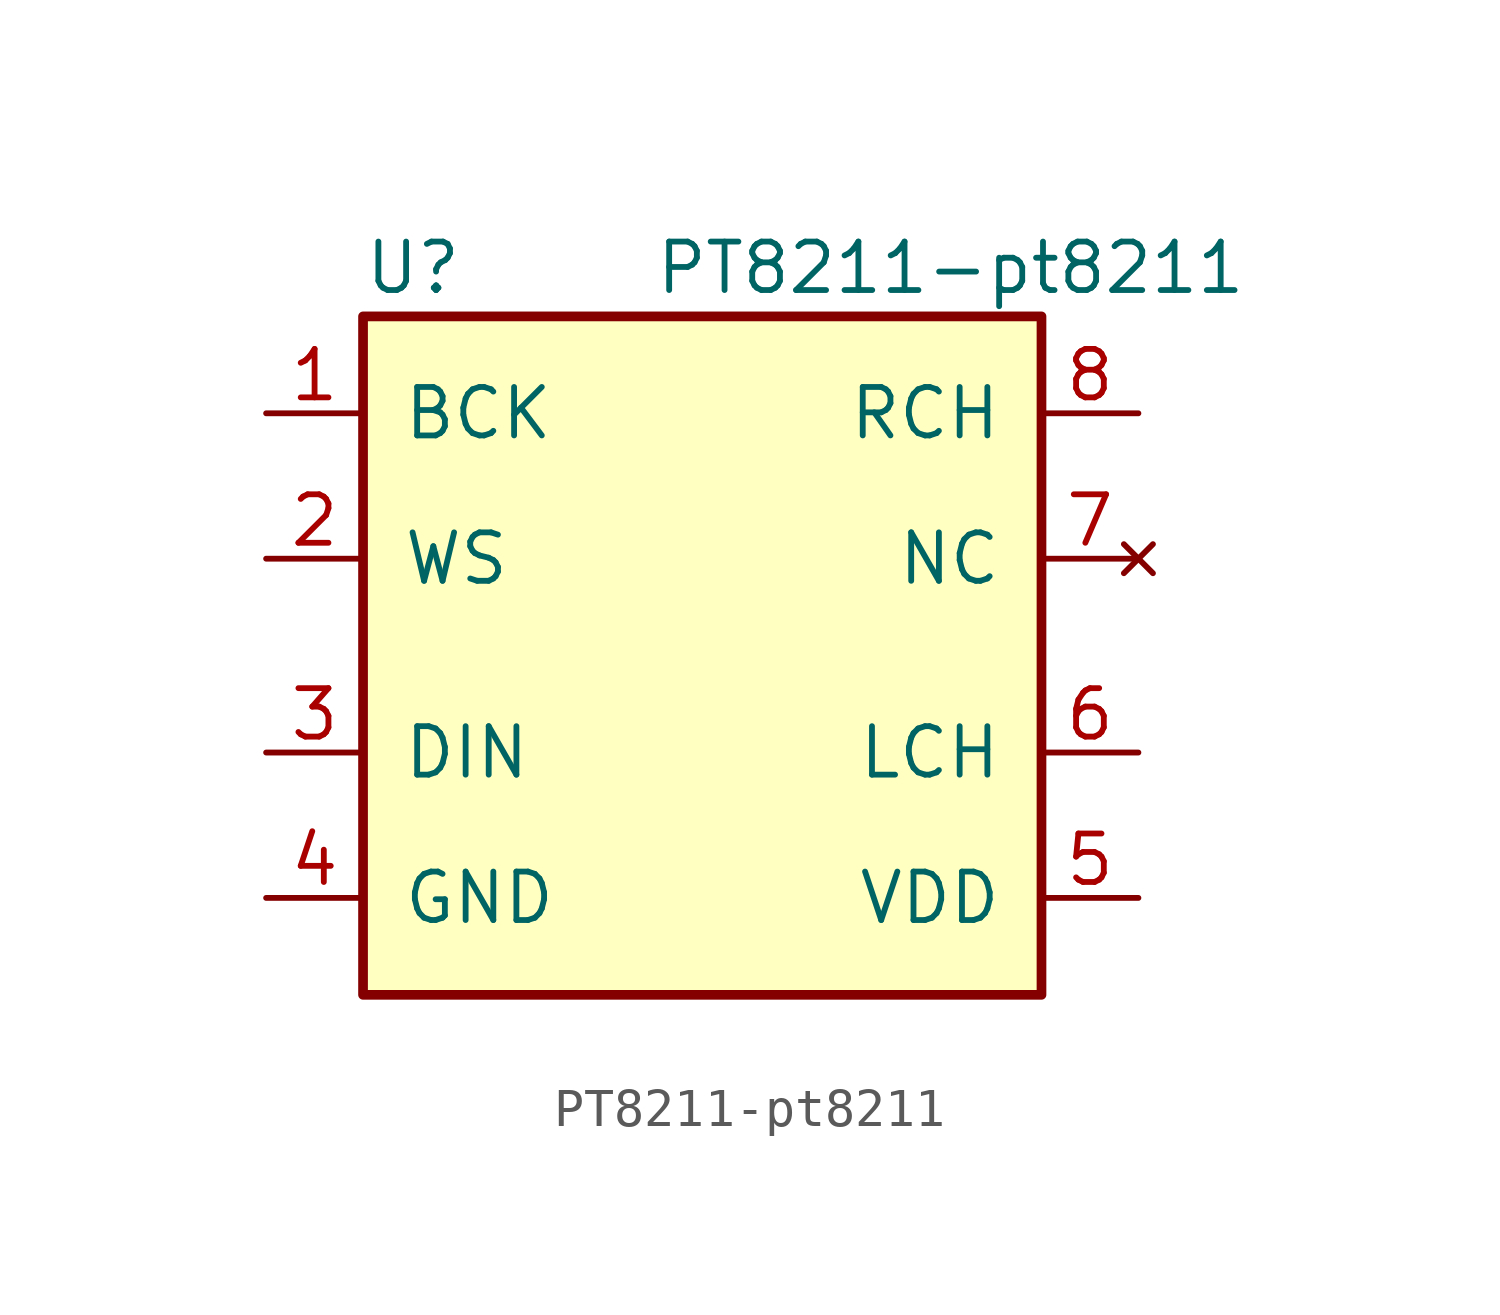
<source format=kicad_sym>
(kicad_symbol_lib
  (version 20211014)
  (generator kicad_symbol_editor)
  (symbol "PT8211-pt8211"
    (pin_names
      (offset 1.016))
    (property "Reference" "U"
      (at -8.89 10.16 0)
      (effects (font (size 1.27 1.27)) (justify left)))
    (property "Value" "PT8211-pt8211"
      (at -1.27 10.16 0)
      (effects (font (size 1.27 1.27)) (justify left)))
    (symbol "PT8211-pt8211_0_1"
      (rectangle (start -8.89 8.89) (end 8.89 -8.89) (stroke (width 0.254) (type default) (color 0 0 0 0)) (fill (type background))))
    (symbol "PT8211-pt8211_1_1"
      (pin input line (at -11.43 6.35 0) (length 2.54) (name "BCK" (effects (font (size 1.27 1.27)))) (number "1" (effects (font (size 1.27 1.27)))))
      (pin input line (at -11.43 2.54 0) (length 2.54) (name "WS" (effects (font (size 1.27 1.27)))) (number "2" (effects (font (size 1.27 1.27)))))
      (pin input line (at -11.43 -2.54 0) (length 2.54) (name "DIN" (effects (font (size 1.27 1.27)))) (number "3" (effects (font (size 1.27 1.27)))))
      (pin power_in line (at -11.43 -6.35 0) (length 2.54) (name "GND" (effects (font (size 1.27 1.27)))) (number "4" (effects (font (size 1.27 1.27)))))
      (pin power_in line (at 11.43 -6.35 180) (length 2.54) (name "VDD" (effects (font (size 1.27 1.27)))) (number "5" (effects (font (size 1.27 1.27)))))
      (pin output line (at 11.43 -2.54 180) (length 2.54) (name "LCH" (effects (font (size 1.27 1.27)))) (number "6" (effects (font (size 1.27 1.27)))))
      (pin no_connect line (at 11.43 2.54 180) (length 2.54) (name "NC" (effects (font (size 1.27 1.27)))) (number "7" (effects (font (size 1.27 1.27)))))
      (pin output line (at 11.43 6.35 180) (length 2.54) (name "RCH" (effects (font (size 1.27 1.27)))) (number "8" (effects (font (size 1.27 1.27))))))))
</source>
